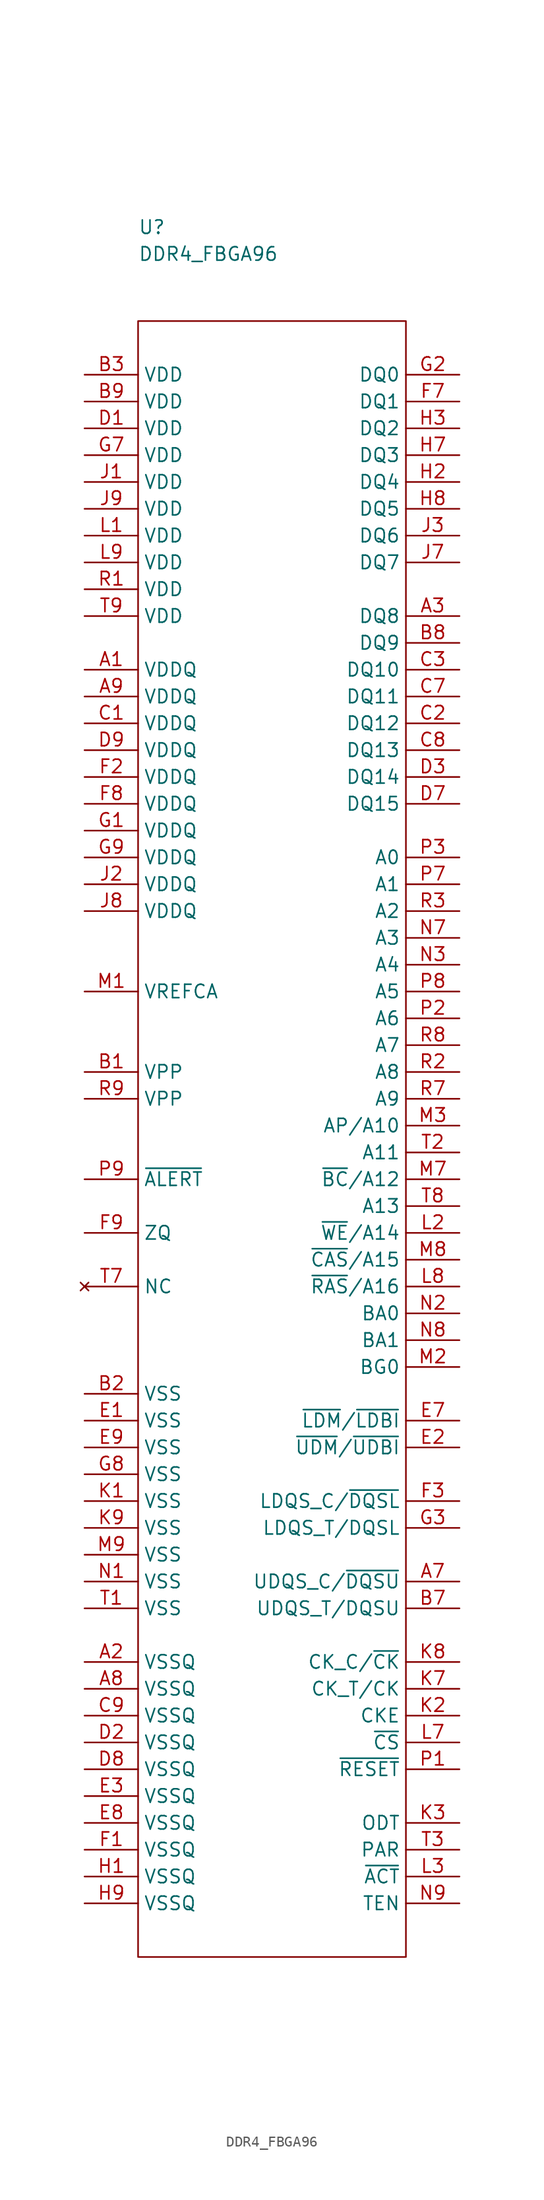
<source format=kicad_sym>
(kicad_symbol_lib
  (version 20211014)
  (generator kicad_symbol_editor)
  (symbol "DDR4_FBGA96"
    (property "Reference" "U"
      (at 0 8.89 0)
      (effects (font (size 1.27 1.27)) (justify left)))
    (property "Value" "DDR4_FBGA96"
      (at 0 6.35 0)
      (effects (font (size 1.27 1.27)) (justify left)))
    (symbol "DDR4_FBGA96_0_1"
      (rectangle (start 0 0) (end 25.4 -154.94) (stroke (width 0.152) (type default) (color 0 0 0 0)) (fill (type none))))
    (symbol "DDR4_FBGA96_1_1"
      (pin passive line (at -5.08 -33.02 0) (length 5.08) (name "VDDQ" (effects (font (size 1.27 1.27)))) (number "A1" (effects (font (size 1.27 1.27)))))
      (pin passive line (at -5.08 -127 0) (length 5.08) (name "VSSQ" (effects (font (size 1.27 1.27)))) (number "A2" (effects (font (size 1.27 1.27)))))
      (pin passive line (at 30.48 -27.94 180) (length 5.08) (name "DQ8" (effects (font (size 1.27 1.27)))) (number "A3" (effects (font (size 1.27 1.27)))))
      (pin passive line (at 30.48 -119.38 180) (length 5.08) (name "UDQS_C/~{DQSU}" (effects (font (size 1.27 1.27)))) (number "A7" (effects (font (size 1.27 1.27)))))
      (pin passive line (at -5.08 -129.54 0) (length 5.08) (name "VSSQ" (effects (font (size 1.27 1.27)))) (number "A8" (effects (font (size 1.27 1.27)))))
      (pin passive line (at -5.08 -35.56 0) (length 5.08) (name "VDDQ" (effects (font (size 1.27 1.27)))) (number "A9" (effects (font (size 1.27 1.27)))))
      (pin passive line (at -5.08 -71.12 0) (length 5.08) (name "VPP" (effects (font (size 1.27 1.27)))) (number "B1" (effects (font (size 1.27 1.27)))))
      (pin passive line (at -5.08 -101.6 0) (length 5.08) (name "VSS" (effects (font (size 1.27 1.27)))) (number "B2" (effects (font (size 1.27 1.27)))))
      (pin passive line (at -5.08 -5.08 0) (length 5.08) (name "VDD" (effects (font (size 1.27 1.27)))) (number "B3" (effects (font (size 1.27 1.27)))))
      (pin passive line (at 30.48 -121.92 180) (length 5.08) (name "UDQS_T/DQSU" (effects (font (size 1.27 1.27)))) (number "B7" (effects (font (size 1.27 1.27)))))
      (pin passive line (at 30.48 -30.48 180) (length 5.08) (name "DQ9" (effects (font (size 1.27 1.27)))) (number "B8" (effects (font (size 1.27 1.27)))))
      (pin passive line (at -5.08 -7.62 0) (length 5.08) (name "VDD" (effects (font (size 1.27 1.27)))) (number "B9" (effects (font (size 1.27 1.27)))))
      (pin passive line (at -5.08 -38.1 0) (length 5.08) (name "VDDQ" (effects (font (size 1.27 1.27)))) (number "C1" (effects (font (size 1.27 1.27)))))
      (pin passive line (at 30.48 -38.1 180) (length 5.08) (name "DQ12" (effects (font (size 1.27 1.27)))) (number "C2" (effects (font (size 1.27 1.27)))))
      (pin passive line (at 30.48 -33.02 180) (length 5.08) (name "DQ10" (effects (font (size 1.27 1.27)))) (number "C3" (effects (font (size 1.27 1.27)))))
      (pin passive line (at 30.48 -35.56 180) (length 5.08) (name "DQ11" (effects (font (size 1.27 1.27)))) (number "C7" (effects (font (size 1.27 1.27)))))
      (pin passive line (at 30.48 -40.64 180) (length 5.08) (name "DQ13" (effects (font (size 1.27 1.27)))) (number "C8" (effects (font (size 1.27 1.27)))))
      (pin passive line (at -5.08 -132.08 0) (length 5.08) (name "VSSQ" (effects (font (size 1.27 1.27)))) (number "C9" (effects (font (size 1.27 1.27)))))
      (pin passive line (at -5.08 -10.16 0) (length 5.08) (name "VDD" (effects (font (size 1.27 1.27)))) (number "D1" (effects (font (size 1.27 1.27)))))
      (pin passive line (at -5.08 -134.62 0) (length 5.08) (name "VSSQ" (effects (font (size 1.27 1.27)))) (number "D2" (effects (font (size 1.27 1.27)))))
      (pin passive line (at 30.48 -43.18 180) (length 5.08) (name "DQ14" (effects (font (size 1.27 1.27)))) (number "D3" (effects (font (size 1.27 1.27)))))
      (pin passive line (at 30.48 -45.72 180) (length 5.08) (name "DQ15" (effects (font (size 1.27 1.27)))) (number "D7" (effects (font (size 1.27 1.27)))))
      (pin passive line (at -5.08 -137.16 0) (length 5.08) (name "VSSQ" (effects (font (size 1.27 1.27)))) (number "D8" (effects (font (size 1.27 1.27)))))
      (pin passive line (at -5.08 -40.64 0) (length 5.08) (name "VDDQ" (effects (font (size 1.27 1.27)))) (number "D9" (effects (font (size 1.27 1.27)))))
      (pin passive line (at -5.08 -104.14 0) (length 5.08) (name "VSS" (effects (font (size 1.27 1.27)))) (number "E1" (effects (font (size 1.27 1.27)))))
      (pin passive line (at 30.48 -106.68 180) (length 5.08) (name "~{UDM}/~{UDBI}" (effects (font (size 1.27 1.27)))) (number "E2" (effects (font (size 1.27 1.27)))))
      (pin passive line (at -5.08 -139.7 0) (length 5.08) (name "VSSQ" (effects (font (size 1.27 1.27)))) (number "E3" (effects (font (size 1.27 1.27)))))
      (pin passive line (at 30.48 -104.14 180) (length 5.08) (name "~{LDM}/~{LDBI}" (effects (font (size 1.27 1.27)))) (number "E7" (effects (font (size 1.27 1.27)))))
      (pin passive line (at -5.08 -142.24 0) (length 5.08) (name "VSSQ" (effects (font (size 1.27 1.27)))) (number "E8" (effects (font (size 1.27 1.27)))))
      (pin passive line (at -5.08 -106.68 0) (length 5.08) (name "VSS" (effects (font (size 1.27 1.27)))) (number "E9" (effects (font (size 1.27 1.27)))))
      (pin passive line (at -5.08 -144.78 0) (length 5.08) (name "VSSQ" (effects (font (size 1.27 1.27)))) (number "F1" (effects (font (size 1.27 1.27)))))
      (pin passive line (at -5.08 -43.18 0) (length 5.08) (name "VDDQ" (effects (font (size 1.27 1.27)))) (number "F2" (effects (font (size 1.27 1.27)))))
      (pin passive line (at 30.48 -111.76 180) (length 5.08) (name "LDQS_C/~{DQSL}" (effects (font (size 1.27 1.27)))) (number "F3" (effects (font (size 1.27 1.27)))))
      (pin passive line (at 30.48 -7.62 180) (length 5.08) (name "DQ1" (effects (font (size 1.27 1.27)))) (number "F7" (effects (font (size 1.27 1.27)))))
      (pin passive line (at -5.08 -45.72 0) (length 5.08) (name "VDDQ" (effects (font (size 1.27 1.27)))) (number "F8" (effects (font (size 1.27 1.27)))))
      (pin passive line (at -5.08 -86.36 0) (length 5.08) (name "ZQ" (effects (font (size 1.27 1.27)))) (number "F9" (effects (font (size 1.27 1.27)))))
      (pin passive line (at -5.08 -48.26 0) (length 5.08) (name "VDDQ" (effects (font (size 1.27 1.27)))) (number "G1" (effects (font (size 1.27 1.27)))))
      (pin passive line (at 30.48 -5.08 180) (length 5.08) (name "DQ0" (effects (font (size 1.27 1.27)))) (number "G2" (effects (font (size 1.27 1.27)))))
      (pin passive line (at 30.48 -114.3 180) (length 5.08) (name "LDQS_T/DQSL" (effects (font (size 1.27 1.27)))) (number "G3" (effects (font (size 1.27 1.27)))))
      (pin passive line (at -5.08 -12.7 0) (length 5.08) (name "VDD" (effects (font (size 1.27 1.27)))) (number "G7" (effects (font (size 1.27 1.27)))))
      (pin passive line (at -5.08 -109.22 0) (length 5.08) (name "VSS" (effects (font (size 1.27 1.27)))) (number "G8" (effects (font (size 1.27 1.27)))))
      (pin passive line (at -5.08 -50.8 0) (length 5.08) (name "VDDQ" (effects (font (size 1.27 1.27)))) (number "G9" (effects (font (size 1.27 1.27)))))
      (pin passive line (at -5.08 -147.32 0) (length 5.08) (name "VSSQ" (effects (font (size 1.27 1.27)))) (number "H1" (effects (font (size 1.27 1.27)))))
      (pin passive line (at 30.48 -15.24 180) (length 5.08) (name "DQ4" (effects (font (size 1.27 1.27)))) (number "H2" (effects (font (size 1.27 1.27)))))
      (pin passive line (at 30.48 -10.16 180) (length 5.08) (name "DQ2" (effects (font (size 1.27 1.27)))) (number "H3" (effects (font (size 1.27 1.27)))))
      (pin passive line (at 30.48 -12.7 180) (length 5.08) (name "DQ3" (effects (font (size 1.27 1.27)))) (number "H7" (effects (font (size 1.27 1.27)))))
      (pin passive line (at 30.48 -17.78 180) (length 5.08) (name "DQ5" (effects (font (size 1.27 1.27)))) (number "H8" (effects (font (size 1.27 1.27)))))
      (pin passive line (at -5.08 -149.86 0) (length 5.08) (name "VSSQ" (effects (font (size 1.27 1.27)))) (number "H9" (effects (font (size 1.27 1.27)))))
      (pin passive line (at -5.08 -15.24 0) (length 5.08) (name "VDD" (effects (font (size 1.27 1.27)))) (number "J1" (effects (font (size 1.27 1.27)))))
      (pin passive line (at -5.08 -53.34 0) (length 5.08) (name "VDDQ" (effects (font (size 1.27 1.27)))) (number "J2" (effects (font (size 1.27 1.27)))))
      (pin passive line (at 30.48 -20.32 180) (length 5.08) (name "DQ6" (effects (font (size 1.27 1.27)))) (number "J3" (effects (font (size 1.27 1.27)))))
      (pin passive line (at 30.48 -22.86 180) (length 5.08) (name "DQ7" (effects (font (size 1.27 1.27)))) (number "J7" (effects (font (size 1.27 1.27)))))
      (pin passive line (at -5.08 -55.88 0) (length 5.08) (name "VDDQ" (effects (font (size 1.27 1.27)))) (number "J8" (effects (font (size 1.27 1.27)))))
      (pin passive line (at -5.08 -17.78 0) (length 5.08) (name "VDD" (effects (font (size 1.27 1.27)))) (number "J9" (effects (font (size 1.27 1.27)))))
      (pin passive line (at -5.08 -111.76 0) (length 5.08) (name "VSS" (effects (font (size 1.27 1.27)))) (number "K1" (effects (font (size 1.27 1.27)))))
      (pin passive line (at 30.48 -132.08 180) (length 5.08) (name "CKE" (effects (font (size 1.27 1.27)))) (number "K2" (effects (font (size 1.27 1.27)))))
      (pin passive line (at 30.48 -142.24 180) (length 5.08) (name "ODT" (effects (font (size 1.27 1.27)))) (number "K3" (effects (font (size 1.27 1.27)))))
      (pin passive line (at 30.48 -129.54 180) (length 5.08) (name "CK_T/CK" (effects (font (size 1.27 1.27)))) (number "K7" (effects (font (size 1.27 1.27)))))
      (pin passive line (at 30.48 -127 180) (length 5.08) (name "CK_C/~{CK}" (effects (font (size 1.27 1.27)))) (number "K8" (effects (font (size 1.27 1.27)))))
      (pin passive line (at -5.08 -114.3 0) (length 5.08) (name "VSS" (effects (font (size 1.27 1.27)))) (number "K9" (effects (font (size 1.27 1.27)))))
      (pin passive line (at -5.08 -20.32 0) (length 5.08) (name "VDD" (effects (font (size 1.27 1.27)))) (number "L1" (effects (font (size 1.27 1.27)))))
      (pin passive line (at 30.48 -86.36 180) (length 5.08) (name "~{WE}/A14" (effects (font (size 1.27 1.27)))) (number "L2" (effects (font (size 1.27 1.27)))))
      (pin passive line (at 30.48 -147.32 180) (length 5.08) (name "~{ACT}" (effects (font (size 1.27 1.27)))) (number "L3" (effects (font (size 1.27 1.27)))))
      (pin passive line (at 30.48 -134.62 180) (length 5.08) (name "~{CS}" (effects (font (size 1.27 1.27)))) (number "L7" (effects (font (size 1.27 1.27)))))
      (pin passive line (at 30.48 -91.44 180) (length 5.08) (name "~{RAS}/A16" (effects (font (size 1.27 1.27)))) (number "L8" (effects (font (size 1.27 1.27)))))
      (pin passive line (at -5.08 -22.86 0) (length 5.08) (name "VDD" (effects (font (size 1.27 1.27)))) (number "L9" (effects (font (size 1.27 1.27)))))
      (pin passive line (at -5.08 -63.5 0) (length 5.08) (name "VREFCA" (effects (font (size 1.27 1.27)))) (number "M1" (effects (font (size 1.27 1.27)))))
      (pin passive line (at 30.48 -99.06 180) (length 5.08) (name "BG0" (effects (font (size 1.27 1.27)))) (number "M2" (effects (font (size 1.27 1.27)))))
      (pin passive line (at 30.48 -76.2 180) (length 5.08) (name "AP/A10" (effects (font (size 1.27 1.27)))) (number "M3" (effects (font (size 1.27 1.27)))))
      (pin passive line (at 30.48 -81.28 180) (length 5.08) (name "~{BC}/A12" (effects (font (size 1.27 1.27)))) (number "M7" (effects (font (size 1.27 1.27)))))
      (pin passive line (at 30.48 -88.9 180) (length 5.08) (name "~{CAS}/A15" (effects (font (size 1.27 1.27)))) (number "M8" (effects (font (size 1.27 1.27)))))
      (pin passive line (at -5.08 -116.84 0) (length 5.08) (name "VSS" (effects (font (size 1.27 1.27)))) (number "M9" (effects (font (size 1.27 1.27)))))
      (pin passive line (at -5.08 -119.38 0) (length 5.08) (name "VSS" (effects (font (size 1.27 1.27)))) (number "N1" (effects (font (size 1.27 1.27)))))
      (pin passive line (at 30.48 -93.98 180) (length 5.08) (name "BA0" (effects (font (size 1.27 1.27)))) (number "N2" (effects (font (size 1.27 1.27)))))
      (pin passive line (at 30.48 -60.96 180) (length 5.08) (name "A4" (effects (font (size 1.27 1.27)))) (number "N3" (effects (font (size 1.27 1.27)))))
      (pin passive line (at 30.48 -58.42 180) (length 5.08) (name "A3" (effects (font (size 1.27 1.27)))) (number "N7" (effects (font (size 1.27 1.27)))))
      (pin passive line (at 30.48 -96.52 180) (length 5.08) (name "BA1" (effects (font (size 1.27 1.27)))) (number "N8" (effects (font (size 1.27 1.27)))))
      (pin passive line (at 30.48 -149.86 180) (length 5.08) (name "TEN" (effects (font (size 1.27 1.27)))) (number "N9" (effects (font (size 1.27 1.27)))))
      (pin passive line (at 30.48 -137.16 180) (length 5.08) (name "~{RESET}" (effects (font (size 1.27 1.27)))) (number "P1" (effects (font (size 1.27 1.27)))))
      (pin passive line (at 30.48 -66.04 180) (length 5.08) (name "A6" (effects (font (size 1.27 1.27)))) (number "P2" (effects (font (size 1.27 1.27)))))
      (pin passive line (at 30.48 -50.8 180) (length 5.08) (name "A0" (effects (font (size 1.27 1.27)))) (number "P3" (effects (font (size 1.27 1.27)))))
      (pin passive line (at 30.48 -53.34 180) (length 5.08) (name "A1" (effects (font (size 1.27 1.27)))) (number "P7" (effects (font (size 1.27 1.27)))))
      (pin passive line (at 30.48 -63.5 180) (length 5.08) (name "A5" (effects (font (size 1.27 1.27)))) (number "P8" (effects (font (size 1.27 1.27)))))
      (pin passive line (at -5.08 -81.28 0) (length 5.08) (name "~{ALERT}" (effects (font (size 1.27 1.27)))) (number "P9" (effects (font (size 1.27 1.27)))))
      (pin passive line (at -5.08 -25.4 0) (length 5.08) (name "VDD" (effects (font (size 1.27 1.27)))) (number "R1" (effects (font (size 1.27 1.27)))))
      (pin passive line (at 30.48 -71.12 180) (length 5.08) (name "A8" (effects (font (size 1.27 1.27)))) (number "R2" (effects (font (size 1.27 1.27)))))
      (pin passive line (at 30.48 -55.88 180) (length 5.08) (name "A2" (effects (font (size 1.27 1.27)))) (number "R3" (effects (font (size 1.27 1.27)))))
      (pin passive line (at 30.48 -73.66 180) (length 5.08) (name "A9" (effects (font (size 1.27 1.27)))) (number "R7" (effects (font (size 1.27 1.27)))))
      (pin passive line (at 30.48 -68.58 180) (length 5.08) (name "A7" (effects (font (size 1.27 1.27)))) (number "R8" (effects (font (size 1.27 1.27)))))
      (pin passive line (at -5.08 -73.66 0) (length 5.08) (name "VPP" (effects (font (size 1.27 1.27)))) (number "R9" (effects (font (size 1.27 1.27)))))
      (pin passive line (at -5.08 -121.92 0) (length 5.08) (name "VSS" (effects (font (size 1.27 1.27)))) (number "T1" (effects (font (size 1.27 1.27)))))
      (pin passive line (at 30.48 -78.74 180) (length 5.08) (name "A11" (effects (font (size 1.27 1.27)))) (number "T2" (effects (font (size 1.27 1.27)))))
      (pin passive line (at 30.48 -144.78 180) (length 5.08) (name "PAR" (effects (font (size 1.27 1.27)))) (number "T3" (effects (font (size 1.27 1.27)))))
      (pin no_connect line (at -5.08 -91.44 0) (length 5.08) (name "NC" (effects (font (size 1.27 1.27)))) (number "T7" (effects (font (size 1.27 1.27)))))
      (pin passive line (at 30.48 -83.82 180) (length 5.08) (name "A13" (effects (font (size 1.27 1.27)))) (number "T8" (effects (font (size 1.27 1.27)))))
      (pin passive line (at -5.08 -27.94 0) (length 5.08) (name "VDD" (effects (font (size 1.27 1.27)))) (number "T9" (effects (font (size 1.27 1.27))))))))
</source>
